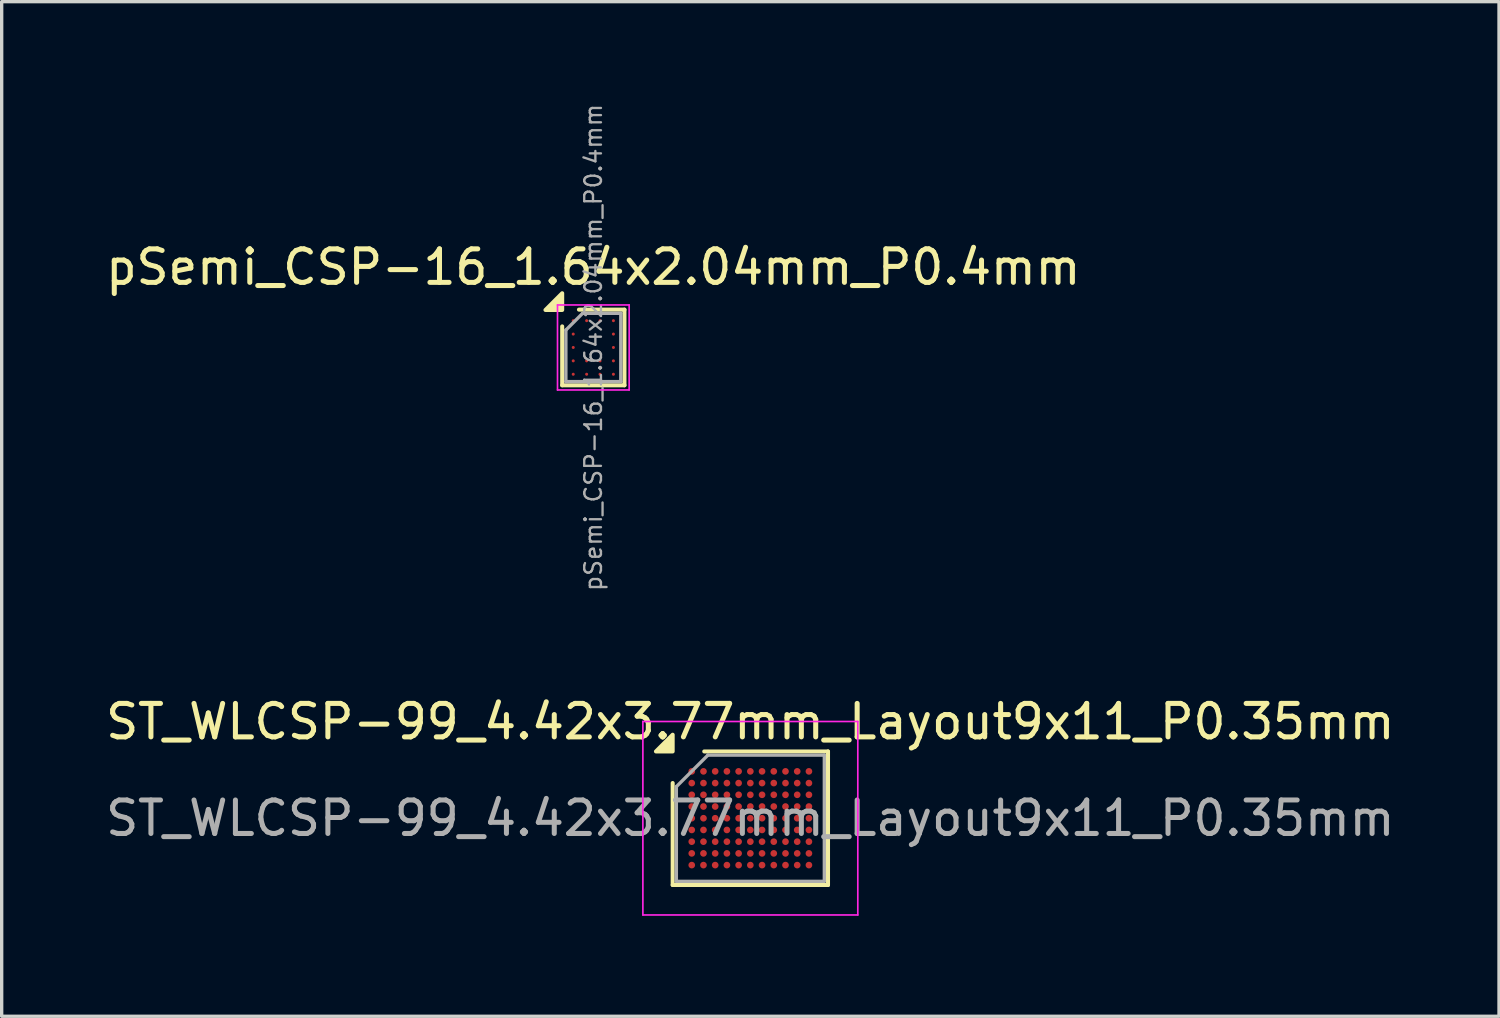
<source format=kicad_pcb>
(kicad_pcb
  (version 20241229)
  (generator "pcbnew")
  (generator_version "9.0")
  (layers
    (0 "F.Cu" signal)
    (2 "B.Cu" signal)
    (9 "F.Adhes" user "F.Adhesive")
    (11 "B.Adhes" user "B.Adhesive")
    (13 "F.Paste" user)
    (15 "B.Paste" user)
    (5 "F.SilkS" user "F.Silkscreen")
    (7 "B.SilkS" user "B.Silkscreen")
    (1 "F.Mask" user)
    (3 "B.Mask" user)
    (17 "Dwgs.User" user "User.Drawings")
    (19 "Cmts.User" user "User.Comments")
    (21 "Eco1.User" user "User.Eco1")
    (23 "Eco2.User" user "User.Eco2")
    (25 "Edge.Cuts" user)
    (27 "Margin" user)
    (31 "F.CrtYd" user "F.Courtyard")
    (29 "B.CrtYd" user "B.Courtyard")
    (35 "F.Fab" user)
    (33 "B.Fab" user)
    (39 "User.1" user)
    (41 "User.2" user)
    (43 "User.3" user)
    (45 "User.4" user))
  (footprint "pSemi_CSP-16_1.64x2.04mm_P0.4mm"
    (layer "F.Cu")
    (at 14.673 7.329)
    (property "Reference" "pSemi_CSP-16_1.64x2.04mm_P0.4mm" (at 0 -2.4 0) (layer "F.SilkS") (effects (font (size 1 1) (thickness 0.15))))
    (attr smd)
    (fp_line (start -0.93 -0.63) (end -0.93 1.13) (stroke (width 0.12) (type solid)) (layer "F.SilkS"))
    (fp_line (start 0.93 -1.13) (end -0.43 -1.13) (stroke (width 0.12) (type solid)) (layer "F.SilkS"))
    (fp_line (start 0.93 -1.13) (end 0.93 1.13) (stroke (width 0.12) (type solid)) (layer "F.SilkS"))
    (fp_line (start 0.93 1.13) (end -0.93 1.13) (stroke (width 0.12) (type solid)) (layer "F.SilkS"))
    (fp_poly (pts (xy -0.93 -1.12) (xy -1.43 -1.12) (xy -0.93 -1.62) (xy -0.93 -1.12)) (stroke (width 0.12) (type solid)) (fill yes) (layer "F.SilkS"))
    (fp_line (start -1.07 -1.27) (end -1.07 1.27) (stroke (width 0.05) (type solid)) (layer "F.CrtYd"))
    (fp_line (start 1.07 -1.27) (end -1.07 -1.27) (stroke (width 0.05) (type solid)) (layer "F.CrtYd"))
    (fp_line (start 1.07 -1.27) (end 1.07 1.27) (stroke (width 0.05) (type solid)) (layer "F.CrtYd"))
    (fp_line (start 1.07 1.27) (end -1.07 1.27) (stroke (width 0.05) (type solid)) (layer "F.CrtYd"))
    (fp_line (start -0.82 1.02) (end -0.82 -0.52) (stroke (width 0.1) (type solid)) (layer "F.Fab"))
    (fp_line (start -0.32 -1.02) (end -0.82 -0.52) (stroke (width 0.1) (type solid)) (layer "F.Fab"))
    (fp_line (start -0.32 -1.02) (end 0.82 -1.02) (stroke (width 0.1) (type solid)) (layer "F.Fab"))
    (fp_line (start 0.82 -1.02) (end 0.82 1.02) (stroke (width 0.1) (type solid)) (layer "F.Fab"))
    (fp_line (start 0.82 1.02) (end -0.82 1.02) (stroke (width 0.1) (type solid)) (layer "F.Fab"))
    (fp_text user "${REFERENCE}" (at 0 0 90) (layer "F.Fab") (effects (font (size 0.5 0.5) (thickness 0.07))))
    (pad "1" smd circle (at -0.6 -0.8) (size 0.09 0.09) (property pad_prop_bga) (layers "F.Cu" "F.Mask" "F.Paste"))
    (pad "2" smd circle (at -0.6 -0.4) (size 0.09 0.09) (property pad_prop_bga) (layers "F.Cu" "F.Mask" "F.Paste"))
    (pad "3" smd circle (at -0.6 0) (size 0.09 0.09) (property pad_prop_bga) (layers "F.Cu" "F.Mask" "F.Paste"))
    (pad "4" smd circle (at -0.6 0.4) (size 0.09 0.09) (property pad_prop_bga) (layers "F.Cu" "F.Mask" "F.Paste"))
    (pad "5" smd circle (at -0.6 0.8) (size 0.09 0.09) (property pad_prop_bga) (layers "F.Cu" "F.Mask" "F.Paste"))
    (pad "6" smd circle (at -0.2 -0.8) (size 0.09 0.09) (property pad_prop_bga) (layers "F.Cu" "F.Mask" "F.Paste"))
    (pad "7" smd circle (at -0.2 0.4) (size 0.09 0.09) (property pad_prop_bga) (layers "F.Cu" "F.Mask" "F.Paste"))
    (pad "8" smd circle (at -0.2 0.8) (size 0.09 0.09) (property pad_prop_bga) (layers "F.Cu" "F.Mask" "F.Paste"))
    (pad "9" smd circle (at 0.2 -0.8) (size 0.09 0.09) (property pad_prop_bga) (layers "F.Cu" "F.Mask" "F.Paste"))
    (pad "10" smd circle (at 0.2 0.4) (size 0.09 0.09) (property pad_prop_bga) (layers "F.Cu" "F.Mask" "F.Paste"))
    (pad "11" smd circle (at 0.2 0.8) (size 0.09 0.09) (property pad_prop_bga) (layers "F.Cu" "F.Mask" "F.Paste"))
    (pad "12" smd circle (at 0.6 -0.8) (size 0.09 0.09) (property pad_prop_bga) (layers "F.Cu" "F.Mask" "F.Paste"))
    (pad "13" smd circle (at 0.6 -0.4) (size 0.09 0.09) (property pad_prop_bga) (layers "F.Cu" "F.Mask" "F.Paste"))
    (pad "14" smd circle (at 0.6 0) (size 0.09 0.09) (property pad_prop_bga) (layers "F.Cu" "F.Mask" "F.Paste"))
    (pad "15" smd circle (at 0.6 0.4) (size 0.09 0.09) (property pad_prop_bga) (layers "F.Cu" "F.Mask" "F.Paste"))
    (pad "16" smd circle (at 0.6 0.8) (size 0.09 0.09) (property pad_prop_bga) (layers "F.Cu" "F.Mask" "F.Paste")))
  (footprint "ST_WLCSP-99_4.42x3.77mm_Layout9x11_P0.35mm"
    (layer "F.Cu")
    (at 19.363 21.391)
    (property "Reference" "ST_WLCSP-99_4.42x3.77mm_Layout9x11_P0.35mm" (at 0 -2.885 0) (layer "F.SilkS") (effects (font (size 1 1) (thickness 0.15))))
    (attr smd)
    (fp_line (start -2.32 1.995) (end -2.32 -1.052) (stroke (width 0.12) (type solid)) (layer "F.SilkS"))
    (fp_line (start -1.377 -1.995) (end 2.32 -1.995) (stroke (width 0.12) (type solid)) (layer "F.SilkS"))
    (fp_line (start 2.32 -1.995) (end 2.32 1.995) (stroke (width 0.12) (type solid)) (layer "F.SilkS"))
    (fp_line (start 2.32 1.995) (end -2.32 1.995) (stroke (width 0.12) (type solid)) (layer "F.SilkS"))
    (fp_poly (pts (xy -2.32 -1.995) (xy -2.82 -1.995) (xy -2.32 -2.495) (xy -2.32 -1.995)) (stroke (width 0.12) (type solid)) (fill yes) (layer "F.SilkS"))
    (fp_line (start -3.21 -2.89) (end -3.21 2.89) (stroke (width 0.05) (type solid)) (layer "F.CrtYd"))
    (fp_line (start -3.21 2.89) (end 3.21 2.89) (stroke (width 0.05) (type solid)) (layer "F.CrtYd"))
    (fp_line (start 3.21 -2.89) (end -3.21 -2.89) (stroke (width 0.05) (type solid)) (layer "F.CrtYd"))
    (fp_line (start 3.21 2.89) (end 3.21 -2.89) (stroke (width 0.05) (type solid)) (layer "F.CrtYd"))
    (fp_line (start -2.21 -0.943) (end -1.268 -1.885) (stroke (width 0.1) (type solid)) (layer "F.Fab"))
    (fp_line (start -2.21 1.885) (end -2.21 -0.943) (stroke (width 0.1) (type solid)) (layer "F.Fab"))
    (fp_line (start -1.268 -1.885) (end 2.21 -1.885) (stroke (width 0.1) (type solid)) (layer "F.Fab"))
    (fp_line (start 2.21 -1.885) (end 2.21 1.885) (stroke (width 0.1) (type solid)) (layer "F.Fab"))
    (fp_line (start 2.21 1.885) (end -2.21 1.885) (stroke (width 0.1) (type solid)) (layer "F.Fab"))
    (fp_text user "${REFERENCE}" (at 0 0 0) (layer "F.Fab") (effects (font (size 1 1) (thickness 0.15))))
    (pad "A1" smd circle (at -1.75 -1.4) (size 0.2 0.2) (property pad_prop_bga) (layers "F.Cu" "F.Mask" "F.Paste"))
    (pad "A2" smd circle (at -1.4 -1.4) (size 0.2 0.2) (property pad_prop_bga) (layers "F.Cu" "F.Mask" "F.Paste"))
    (pad "A3" smd circle (at -1.05 -1.4) (size 0.2 0.2) (property pad_prop_bga) (layers "F.Cu" "F.Mask" "F.Paste"))
    (pad "A4" smd circle (at -0.7 -1.4) (size 0.2 0.2) (property pad_prop_bga) (layers "F.Cu" "F.Mask" "F.Paste"))
    (pad "A5" smd circle (at -0.35 -1.4) (size 0.2 0.2) (property pad_prop_bga) (layers "F.Cu" "F.Mask" "F.Paste"))
    (pad "A6" smd circle (at 0 -1.4) (size 0.2 0.2) (property pad_prop_bga) (layers "F.Cu" "F.Mask" "F.Paste"))
    (pad "A7" smd circle (at 0.35 -1.4) (size 0.2 0.2) (property pad_prop_bga) (layers "F.Cu" "F.Mask" "F.Paste"))
    (pad "A8" smd circle (at 0.7 -1.4) (size 0.2 0.2) (property pad_prop_bga) (layers "F.Cu" "F.Mask" "F.Paste"))
    (pad "A9" smd circle (at 1.05 -1.4) (size 0.2 0.2) (property pad_prop_bga) (layers "F.Cu" "F.Mask" "F.Paste"))
    (pad "A10" smd circle (at 1.4 -1.4) (size 0.2 0.2) (property pad_prop_bga) (layers "F.Cu" "F.Mask" "F.Paste"))
    (pad "A11" smd circle (at 1.75 -1.4) (size 0.2 0.2) (property pad_prop_bga) (layers "F.Cu" "F.Mask" "F.Paste"))
    (pad "B1" smd circle (at -1.75 -1.05) (size 0.2 0.2) (property pad_prop_bga) (layers "F.Cu" "F.Mask" "F.Paste"))
    (pad "B2" smd circle (at -1.4 -1.05) (size 0.2 0.2) (property pad_prop_bga) (layers "F.Cu" "F.Mask" "F.Paste"))
    (pad "B3" smd circle (at -1.05 -1.05) (size 0.2 0.2) (property pad_prop_bga) (layers "F.Cu" "F.Mask" "F.Paste"))
    (pad "B4" smd circle (at -0.7 -1.05) (size 0.2 0.2) (property pad_prop_bga) (layers "F.Cu" "F.Mask" "F.Paste"))
    (pad "B5" smd circle (at -0.35 -1.05) (size 0.2 0.2) (property pad_prop_bga) (layers "F.Cu" "F.Mask" "F.Paste"))
    (pad "B6" smd circle (at 0 -1.05) (size 0.2 0.2) (property pad_prop_bga) (layers "F.Cu" "F.Mask" "F.Paste"))
    (pad "B7" smd circle (at 0.35 -1.05) (size 0.2 0.2) (property pad_prop_bga) (layers "F.Cu" "F.Mask" "F.Paste"))
    (pad "B8" smd circle (at 0.7 -1.05) (size 0.2 0.2) (property pad_prop_bga) (layers "F.Cu" "F.Mask" "F.Paste"))
    (pad "B9" smd circle (at 1.05 -1.05) (size 0.2 0.2) (property pad_prop_bga) (layers "F.Cu" "F.Mask" "F.Paste"))
    (pad "B10" smd circle (at 1.4 -1.05) (size 0.2 0.2) (property pad_prop_bga) (layers "F.Cu" "F.Mask" "F.Paste"))
    (pad "B11" smd circle (at 1.75 -1.05) (size 0.2 0.2) (property pad_prop_bga) (layers "F.Cu" "F.Mask" "F.Paste"))
    (pad "C1" smd circle (at -1.75 -0.7) (size 0.2 0.2) (property pad_prop_bga) (layers "F.Cu" "F.Mask" "F.Paste"))
    (pad "C2" smd circle (at -1.4 -0.7) (size 0.2 0.2) (property pad_prop_bga) (layers "F.Cu" "F.Mask" "F.Paste"))
    (pad "C3" smd circle (at -1.05 -0.7) (size 0.2 0.2) (property pad_prop_bga) (layers "F.Cu" "F.Mask" "F.Paste"))
    (pad "C4" smd circle (at -0.7 -0.7) (size 0.2 0.2) (property pad_prop_bga) (layers "F.Cu" "F.Mask" "F.Paste"))
    (pad "C5" smd circle (at -0.35 -0.7) (size 0.2 0.2) (property pad_prop_bga) (layers "F.Cu" "F.Mask" "F.Paste"))
    (pad "C6" smd circle (at 0 -0.7) (size 0.2 0.2) (property pad_prop_bga) (layers "F.Cu" "F.Mask" "F.Paste"))
    (pad "C7" smd circle (at 0.35 -0.7) (size 0.2 0.2) (property pad_prop_bga) (layers "F.Cu" "F.Mask" "F.Paste"))
    (pad "C8" smd circle (at 0.7 -0.7) (size 0.2 0.2) (property pad_prop_bga) (layers "F.Cu" "F.Mask" "F.Paste"))
    (pad "C9" smd circle (at 1.05 -0.7) (size 0.2 0.2) (property pad_prop_bga) (layers "F.Cu" "F.Mask" "F.Paste"))
    (pad "C10" smd circle (at 1.4 -0.7) (size 0.2 0.2) (property pad_prop_bga) (layers "F.Cu" "F.Mask" "F.Paste"))
    (pad "C11" smd circle (at 1.75 -0.7) (size 0.2 0.2) (property pad_prop_bga) (layers "F.Cu" "F.Mask" "F.Paste"))
    (pad "D1" smd circle (at -1.75 -0.35) (size 0.2 0.2) (property pad_prop_bga) (layers "F.Cu" "F.Mask" "F.Paste"))
    (pad "D2" smd circle (at -1.4 -0.35) (size 0.2 0.2) (property pad_prop_bga) (layers "F.Cu" "F.Mask" "F.Paste"))
    (pad "D3" smd circle (at -1.05 -0.35) (size 0.2 0.2) (property pad_prop_bga) (layers "F.Cu" "F.Mask" "F.Paste"))
    (pad "D4" smd circle (at -0.7 -0.35) (size 0.2 0.2) (property pad_prop_bga) (layers "F.Cu" "F.Mask" "F.Paste"))
    (pad "D5" smd circle (at -0.35 -0.35) (size 0.2 0.2) (property pad_prop_bga) (layers "F.Cu" "F.Mask" "F.Paste"))
    (pad "D6" smd circle (at 0 -0.35) (size 0.2 0.2) (property pad_prop_bga) (layers "F.Cu" "F.Mask" "F.Paste"))
    (pad "D7" smd circle (at 0.35 -0.35) (size 0.2 0.2) (property pad_prop_bga) (layers "F.Cu" "F.Mask" "F.Paste"))
    (pad "D8" smd circle (at 0.7 -0.35) (size 0.2 0.2) (property pad_prop_bga) (layers "F.Cu" "F.Mask" "F.Paste"))
    (pad "D9" smd circle (at 1.05 -0.35) (size 0.2 0.2) (property pad_prop_bga) (layers "F.Cu" "F.Mask" "F.Paste"))
    (pad "D10" smd circle (at 1.4 -0.35) (size 0.2 0.2) (property pad_prop_bga) (layers "F.Cu" "F.Mask" "F.Paste"))
    (pad "D11" smd circle (at 1.75 -0.35) (size 0.2 0.2) (property pad_prop_bga) (layers "F.Cu" "F.Mask" "F.Paste"))
    (pad "E1" smd circle (at -1.75 0) (size 0.2 0.2) (property pad_prop_bga) (layers "F.Cu" "F.Mask" "F.Paste"))
    (pad "E2" smd circle (at -1.4 0) (size 0.2 0.2) (property pad_prop_bga) (layers "F.Cu" "F.Mask" "F.Paste"))
    (pad "E3" smd circle (at -1.05 0) (size 0.2 0.2) (property pad_prop_bga) (layers "F.Cu" "F.Mask" "F.Paste"))
    (pad "E4" smd circle (at -0.7 0) (size 0.2 0.2) (property pad_prop_bga) (layers "F.Cu" "F.Mask" "F.Paste"))
    (pad "E5" smd circle (at -0.35 0) (size 0.2 0.2) (property pad_prop_bga) (layers "F.Cu" "F.Mask" "F.Paste"))
    (pad "E6" smd circle (at 0 0) (size 0.2 0.2) (property pad_prop_bga) (layers "F.Cu" "F.Mask" "F.Paste"))
    (pad "E7" smd circle (at 0.35 0) (size 0.2 0.2) (property pad_prop_bga) (layers "F.Cu" "F.Mask" "F.Paste"))
    (pad "E8" smd circle (at 0.7 0) (size 0.2 0.2) (property pad_prop_bga) (layers "F.Cu" "F.Mask" "F.Paste"))
    (pad "E9" smd circle (at 1.05 0) (size 0.2 0.2) (property pad_prop_bga) (layers "F.Cu" "F.Mask" "F.Paste"))
    (pad "E10" smd circle (at 1.4 0) (size 0.2 0.2) (property pad_prop_bga) (layers "F.Cu" "F.Mask" "F.Paste"))
    (pad "E11" smd circle (at 1.75 0) (size 0.2 0.2) (property pad_prop_bga) (layers "F.Cu" "F.Mask" "F.Paste"))
    (pad "F1" smd circle (at -1.75 0.35) (size 0.2 0.2) (property pad_prop_bga) (layers "F.Cu" "F.Mask" "F.Paste"))
    (pad "F2" smd circle (at -1.4 0.35) (size 0.2 0.2) (property pad_prop_bga) (layers "F.Cu" "F.Mask" "F.Paste"))
    (pad "F3" smd circle (at -1.05 0.35) (size 0.2 0.2) (property pad_prop_bga) (layers "F.Cu" "F.Mask" "F.Paste"))
    (pad "F4" smd circle (at -0.7 0.35) (size 0.2 0.2) (property pad_prop_bga) (layers "F.Cu" "F.Mask" "F.Paste"))
    (pad "F5" smd circle (at -0.35 0.35) (size 0.2 0.2) (property pad_prop_bga) (layers "F.Cu" "F.Mask" "F.Paste"))
    (pad "F6" smd circle (at 0 0.35) (size 0.2 0.2) (property pad_prop_bga) (layers "F.Cu" "F.Mask" "F.Paste"))
    (pad "F7" smd circle (at 0.35 0.35) (size 0.2 0.2) (property pad_prop_bga) (layers "F.Cu" "F.Mask" "F.Paste"))
    (pad "F8" smd circle (at 0.7 0.35) (size 0.2 0.2) (property pad_prop_bga) (layers "F.Cu" "F.Mask" "F.Paste"))
    (pad "F9" smd circle (at 1.05 0.35) (size 0.2 0.2) (property pad_prop_bga) (layers "F.Cu" "F.Mask" "F.Paste"))
    (pad "F10" smd circle (at 1.4 0.35) (size 0.2 0.2) (property pad_prop_bga) (layers "F.Cu" "F.Mask" "F.Paste"))
    (pad "F11" smd circle (at 1.75 0.35) (size 0.2 0.2) (property pad_prop_bga) (layers "F.Cu" "F.Mask" "F.Paste"))
    (pad "G1" smd circle (at -1.75 0.7) (size 0.2 0.2) (property pad_prop_bga) (layers "F.Cu" "F.Mask" "F.Paste"))
    (pad "G2" smd circle (at -1.4 0.7) (size 0.2 0.2) (property pad_prop_bga) (layers "F.Cu" "F.Mask" "F.Paste"))
    (pad "G3" smd circle (at -1.05 0.7) (size 0.2 0.2) (property pad_prop_bga) (layers "F.Cu" "F.Mask" "F.Paste"))
    (pad "G4" smd circle (at -0.7 0.7) (size 0.2 0.2) (property pad_prop_bga) (layers "F.Cu" "F.Mask" "F.Paste"))
    (pad "G5" smd circle (at -0.35 0.7) (size 0.2 0.2) (property pad_prop_bga) (layers "F.Cu" "F.Mask" "F.Paste"))
    (pad "G6" smd circle (at 0 0.7) (size 0.2 0.2) (property pad_prop_bga) (layers "F.Cu" "F.Mask" "F.Paste"))
    (pad "G7" smd circle (at 0.35 0.7) (size 0.2 0.2) (property pad_prop_bga) (layers "F.Cu" "F.Mask" "F.Paste"))
    (pad "G8" smd circle (at 0.7 0.7) (size 0.2 0.2) (property pad_prop_bga) (layers "F.Cu" "F.Mask" "F.Paste"))
    (pad "G9" smd circle (at 1.05 0.7) (size 0.2 0.2) (property pad_prop_bga) (layers "F.Cu" "F.Mask" "F.Paste"))
    (pad "G10" smd circle (at 1.4 0.7) (size 0.2 0.2) (property pad_prop_bga) (layers "F.Cu" "F.Mask" "F.Paste"))
    (pad "G11" smd circle (at 1.75 0.7) (size 0.2 0.2) (property pad_prop_bga) (layers "F.Cu" "F.Mask" "F.Paste"))
    (pad "H1" smd circle (at -1.75 1.05) (size 0.2 0.2) (property pad_prop_bga) (layers "F.Cu" "F.Mask" "F.Paste"))
    (pad "H2" smd circle (at -1.4 1.05) (size 0.2 0.2) (property pad_prop_bga) (layers "F.Cu" "F.Mask" "F.Paste"))
    (pad "H3" smd circle (at -1.05 1.05) (size 0.2 0.2) (property pad_prop_bga) (layers "F.Cu" "F.Mask" "F.Paste"))
    (pad "H4" smd circle (at -0.7 1.05) (size 0.2 0.2) (property pad_prop_bga) (layers "F.Cu" "F.Mask" "F.Paste"))
    (pad "H5" smd circle (at -0.35 1.05) (size 0.2 0.2) (property pad_prop_bga) (layers "F.Cu" "F.Mask" "F.Paste"))
    (pad "H6" smd circle (at 0 1.05) (size 0.2 0.2) (property pad_prop_bga) (layers "F.Cu" "F.Mask" "F.Paste"))
    (pad "H7" smd circle (at 0.35 1.05) (size 0.2 0.2) (property pad_prop_bga) (layers "F.Cu" "F.Mask" "F.Paste"))
    (pad "H8" smd circle (at 0.7 1.05) (size 0.2 0.2) (property pad_prop_bga) (layers "F.Cu" "F.Mask" "F.Paste"))
    (pad "H9" smd circle (at 1.05 1.05) (size 0.2 0.2) (property pad_prop_bga) (layers "F.Cu" "F.Mask" "F.Paste"))
    (pad "H10" smd circle (at 1.4 1.05) (size 0.2 0.2) (property pad_prop_bga) (layers "F.Cu" "F.Mask" "F.Paste"))
    (pad "H11" smd circle (at 1.75 1.05) (size 0.2 0.2) (property pad_prop_bga) (layers "F.Cu" "F.Mask" "F.Paste"))
    (pad "J1" smd circle (at -1.75 1.4) (size 0.2 0.2) (property pad_prop_bga) (layers "F.Cu" "F.Mask" "F.Paste"))
    (pad "J2" smd circle (at -1.4 1.4) (size 0.2 0.2) (property pad_prop_bga) (layers "F.Cu" "F.Mask" "F.Paste"))
    (pad "J3" smd circle (at -1.05 1.4) (size 0.2 0.2) (property pad_prop_bga) (layers "F.Cu" "F.Mask" "F.Paste"))
    (pad "J4" smd circle (at -0.7 1.4) (size 0.2 0.2) (property pad_prop_bga) (layers "F.Cu" "F.Mask" "F.Paste"))
    (pad "J5" smd circle (at -0.35 1.4) (size 0.2 0.2) (property pad_prop_bga) (layers "F.Cu" "F.Mask" "F.Paste"))
    (pad "J6" smd circle (at 0 1.4) (size 0.2 0.2) (property pad_prop_bga) (layers "F.Cu" "F.Mask" "F.Paste"))
    (pad "J7" smd circle (at 0.35 1.4) (size 0.2 0.2) (property pad_prop_bga) (layers "F.Cu" "F.Mask" "F.Paste"))
    (pad "J8" smd circle (at 0.7 1.4) (size 0.2 0.2) (property pad_prop_bga) (layers "F.Cu" "F.Mask" "F.Paste"))
    (pad "J9" smd circle (at 1.05 1.4) (size 0.2 0.2) (property pad_prop_bga) (layers "F.Cu" "F.Mask" "F.Paste"))
    (pad "J10" smd circle (at 1.4 1.4) (size 0.2 0.2) (property pad_prop_bga) (layers "F.Cu" "F.Mask" "F.Paste"))
    (pad "J11" smd circle (at 1.75 1.4) (size 0.2 0.2) (property pad_prop_bga) (layers "F.Cu" "F.Mask" "F.Paste")))
  (gr_rect
    (start -3 -3)
    (end 41.726 27.306)
    (stroke (width 0.1) (type default))
    (fill no)
    (layer "Edge.Cuts")))
</source>
